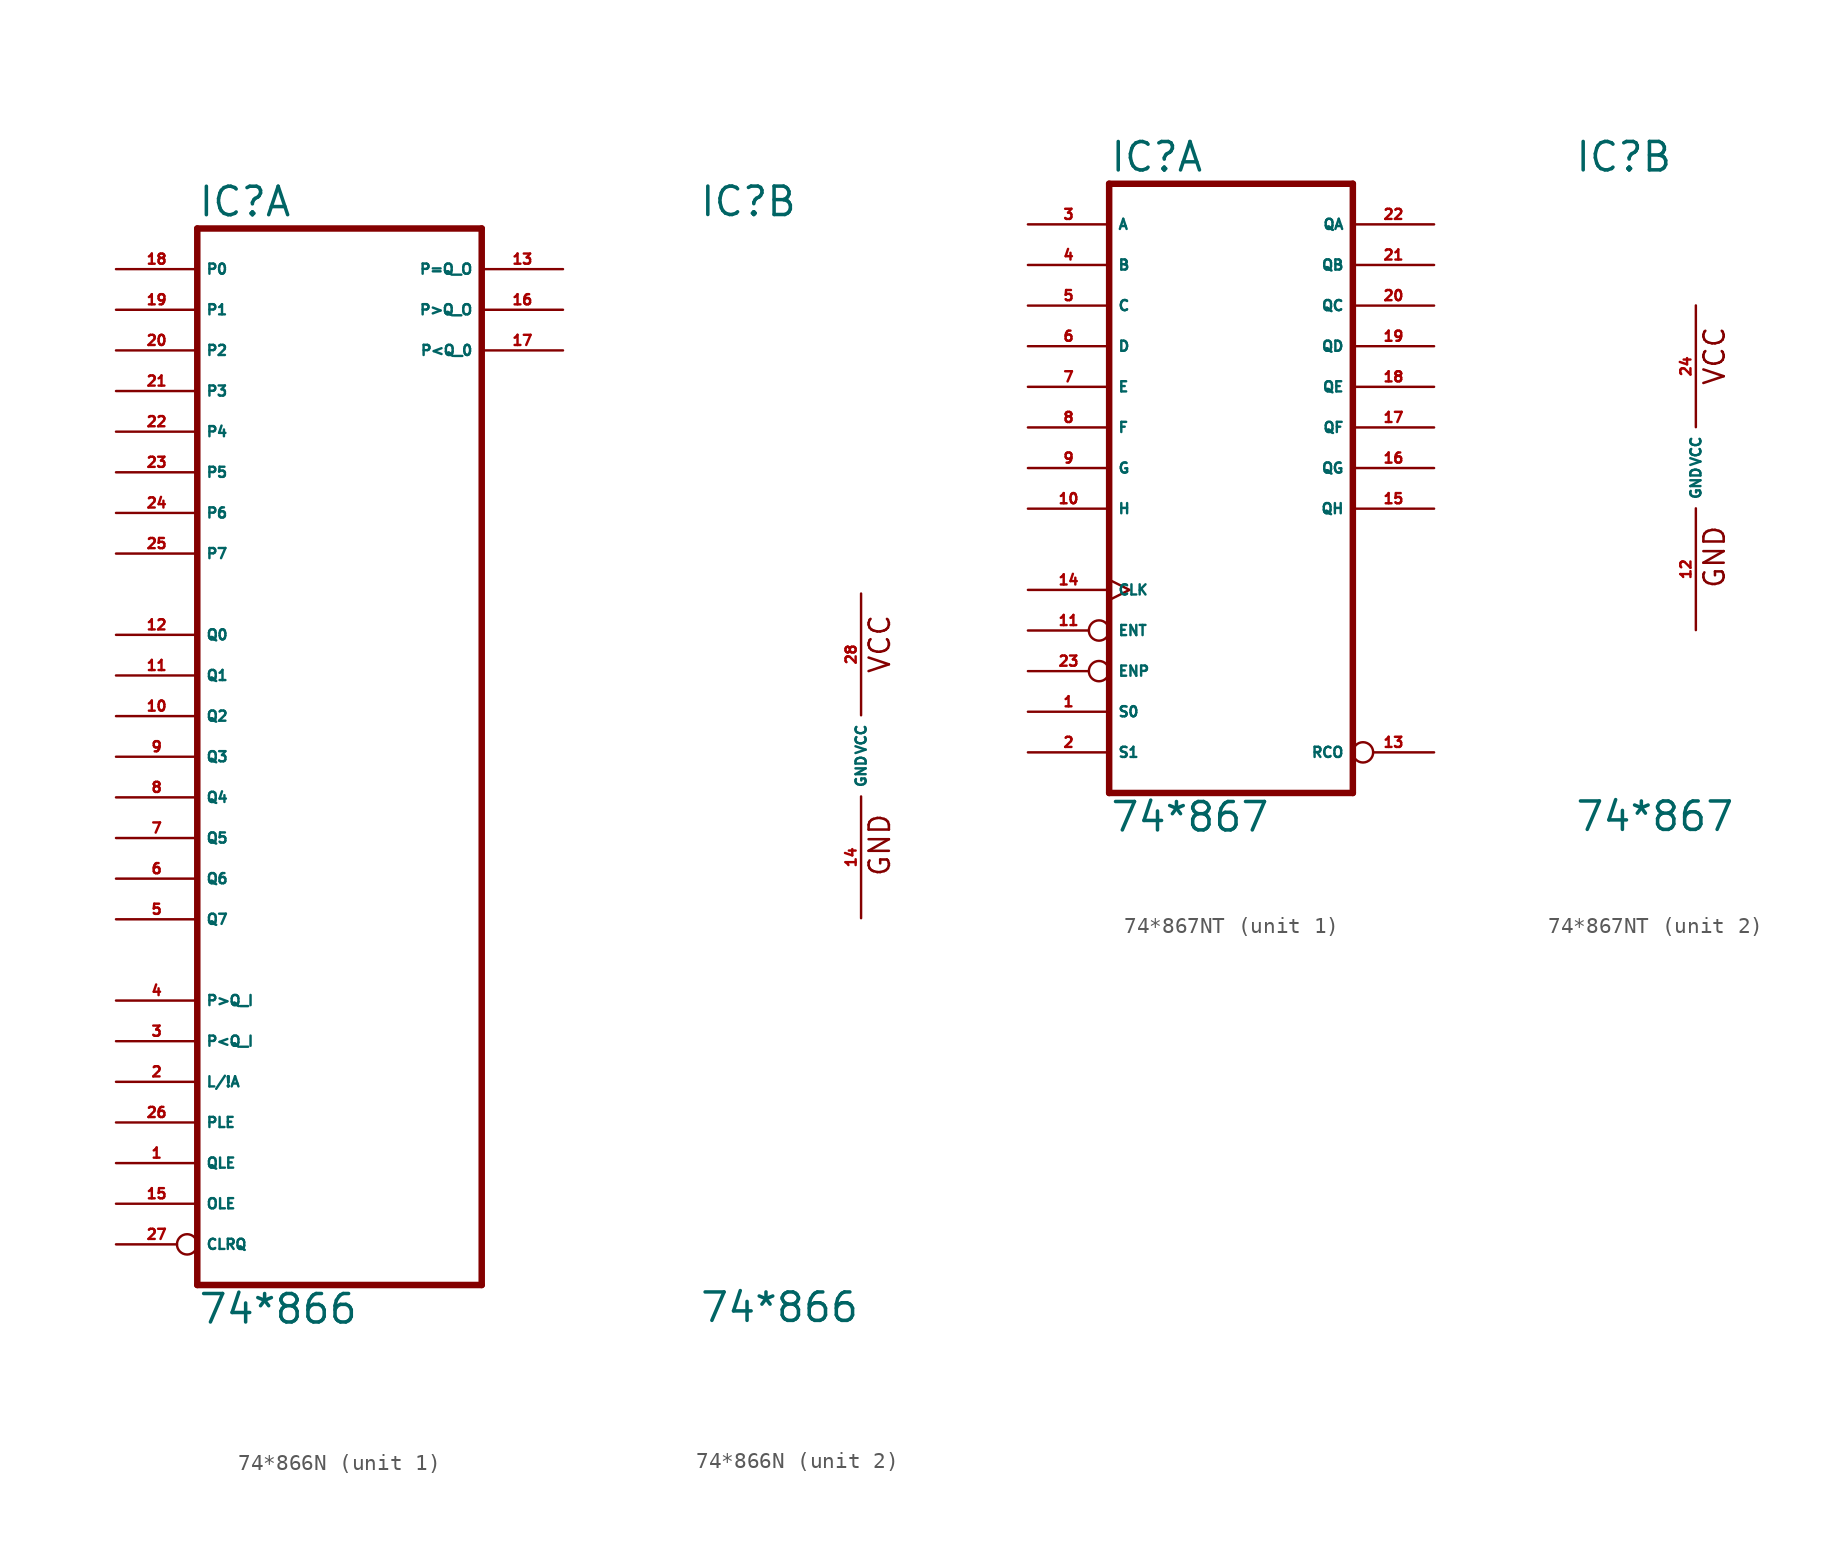
<source format=kicad_sym>
(kicad_symbol_lib
  (version 20220914)
  (generator Eagle2Kicad)
  (symbol "74*866N"
    (property "Reference" "IC"
      (at -10.16 33.655 0)
      (effects (font (size 1.778 1.778) (thickness 0.22)) (justify left bottom)))
    (property "Value" "74*866"
      (at -10.16 -35.56 0)
      (effects (font (size 1.778 1.778) (thickness 0.22)) (justify left bottom)))
    (symbol "74*866N_1_0"
      (polyline (pts (xy -10.16 -33.02) (xy 7.62 -33.02)) (stroke (width 0.406) (type default)) (fill (type none)))
      (polyline (pts (xy 7.62 -33.02) (xy 7.62 33.02)) (stroke (width 0.406) (type default)) (fill (type none)))
      (polyline (pts (xy 7.62 33.02) (xy -10.16 33.02)) (stroke (width 0.406) (type default)) (fill (type none)))
      (polyline (pts (xy -10.16 33.02) (xy -10.16 -33.02)) (stroke (width 0.406) (type default)) (fill (type none)))
      (pin input line (at -15.24 -25.4 0) (length 5.08) (name "QLE" (effects (font (size 0.635 0.635) (thickness 0.08)) (justify left bottom))) (number "1" (effects (font (size 0.635 0.635) (thickness 0.08)) (justify left bottom))))
      (pin input line (at -15.24 -20.32 0) (length 5.08) (name "L/!A" (effects (font (size 0.635 0.635) (thickness 0.08)) (justify left bottom))) (number "2" (effects (font (size 0.635 0.635) (thickness 0.08)) (justify left bottom))))
      (pin input line (at -15.24 -17.78 0) (length 5.08) (name "P<Q_I" (effects (font (size 0.635 0.635) (thickness 0.08)) (justify left bottom))) (number "3" (effects (font (size 0.635 0.635) (thickness 0.08)) (justify left bottom))))
      (pin input line (at -15.24 -15.24 0) (length 5.08) (name "P>Q_I" (effects (font (size 0.635 0.635) (thickness 0.08)) (justify left bottom))) (number "4" (effects (font (size 0.635 0.635) (thickness 0.08)) (justify left bottom))))
      (pin input line (at -15.24 -10.16 0) (length 5.08) (name "Q7" (effects (font (size 0.635 0.635) (thickness 0.08)) (justify left bottom))) (number "5" (effects (font (size 0.635 0.635) (thickness 0.08)) (justify left bottom))))
      (pin input line (at -15.24 -7.62 0) (length 5.08) (name "Q6" (effects (font (size 0.635 0.635) (thickness 0.08)) (justify left bottom))) (number "6" (effects (font (size 0.635 0.635) (thickness 0.08)) (justify left bottom))))
      (pin input line (at -15.24 -5.08 0) (length 5.08) (name "Q5" (effects (font (size 0.635 0.635) (thickness 0.08)) (justify left bottom))) (number "7" (effects (font (size 0.635 0.635) (thickness 0.08)) (justify left bottom))))
      (pin input line (at -15.24 -2.54 0) (length 5.08) (name "Q4" (effects (font (size 0.635 0.635) (thickness 0.08)) (justify left bottom))) (number "8" (effects (font (size 0.635 0.635) (thickness 0.08)) (justify left bottom))))
      (pin input line (at -15.24 0 0) (length 5.08) (name "Q3" (effects (font (size 0.635 0.635) (thickness 0.08)) (justify left bottom))) (number "9" (effects (font (size 0.635 0.635) (thickness 0.08)) (justify left bottom))))
      (pin input line (at -15.24 2.54 0) (length 5.08) (name "Q2" (effects (font (size 0.635 0.635) (thickness 0.08)) (justify left bottom))) (number "10" (effects (font (size 0.635 0.635) (thickness 0.08)) (justify left bottom))))
      (pin input line (at -15.24 5.08 0) (length 5.08) (name "Q1" (effects (font (size 0.635 0.635) (thickness 0.08)) (justify left bottom))) (number "11" (effects (font (size 0.635 0.635) (thickness 0.08)) (justify left bottom))))
      (pin input line (at -15.24 7.62 0) (length 5.08) (name "Q0" (effects (font (size 0.635 0.635) (thickness 0.08)) (justify left bottom))) (number "12" (effects (font (size 0.635 0.635) (thickness 0.08)) (justify left bottom))))
      (pin open_collector line (at 12.7 30.48 180) (length 5.08) (name "P=Q_O" (effects (font (size 0.635 0.635) (thickness 0.08)) (justify left bottom))) (number "13" (effects (font (size 0.635 0.635) (thickness 0.08)) (justify left bottom))))
      (pin input line (at -15.24 -27.94 0) (length 5.08) (name "OLE" (effects (font (size 0.635 0.635) (thickness 0.08)) (justify left bottom))) (number "15" (effects (font (size 0.635 0.635) (thickness 0.08)) (justify left bottom))))
      (pin open_collector line (at 12.7 27.94 180) (length 5.08) (name "P>Q_O" (effects (font (size 0.635 0.635) (thickness 0.08)) (justify left bottom))) (number "16" (effects (font (size 0.635 0.635) (thickness 0.08)) (justify left bottom))))
      (pin open_collector line (at 12.7 25.4 180) (length 5.08) (name "P<Q_0" (effects (font (size 0.635 0.635) (thickness 0.08)) (justify left bottom))) (number "17" (effects (font (size 0.635 0.635) (thickness 0.08)) (justify left bottom))))
      (pin input line (at -15.24 30.48 0) (length 5.08) (name "P0" (effects (font (size 0.635 0.635) (thickness 0.08)) (justify left bottom))) (number "18" (effects (font (size 0.635 0.635) (thickness 0.08)) (justify left bottom))))
      (pin input line (at -15.24 27.94 0) (length 5.08) (name "P1" (effects (font (size 0.635 0.635) (thickness 0.08)) (justify left bottom))) (number "19" (effects (font (size 0.635 0.635) (thickness 0.08)) (justify left bottom))))
      (pin input line (at -15.24 25.4 0) (length 5.08) (name "P2" (effects (font (size 0.635 0.635) (thickness 0.08)) (justify left bottom))) (number "20" (effects (font (size 0.635 0.635) (thickness 0.08)) (justify left bottom))))
      (pin input line (at -15.24 22.86 0) (length 5.08) (name "P3" (effects (font (size 0.635 0.635) (thickness 0.08)) (justify left bottom))) (number "21" (effects (font (size 0.635 0.635) (thickness 0.08)) (justify left bottom))))
      (pin input line (at -15.24 20.32 0) (length 5.08) (name "P4" (effects (font (size 0.635 0.635) (thickness 0.08)) (justify left bottom))) (number "22" (effects (font (size 0.635 0.635) (thickness 0.08)) (justify left bottom))))
      (pin input line (at -15.24 17.78 0) (length 5.08) (name "P5" (effects (font (size 0.635 0.635) (thickness 0.08)) (justify left bottom))) (number "23" (effects (font (size 0.635 0.635) (thickness 0.08)) (justify left bottom))))
      (pin input line (at -15.24 15.24 0) (length 5.08) (name "P6" (effects (font (size 0.635 0.635) (thickness 0.08)) (justify left bottom))) (number "24" (effects (font (size 0.635 0.635) (thickness 0.08)) (justify left bottom))))
      (pin input line (at -15.24 12.7 0) (length 5.08) (name "P7" (effects (font (size 0.635 0.635) (thickness 0.08)) (justify left bottom))) (number "25" (effects (font (size 0.635 0.635) (thickness 0.08)) (justify left bottom))))
      (pin input line (at -15.24 -22.86 0) (length 5.08) (name "PLE" (effects (font (size 0.635 0.635) (thickness 0.08)) (justify left bottom))) (number "26" (effects (font (size 0.635 0.635) (thickness 0.08)) (justify left bottom))))
      (pin input inverted (at -15.24 -30.48 0) (length 5.08) (name "CLRQ" (effects (font (size 0.635 0.635) (thickness 0.08)) (justify left bottom))) (number "27" (effects (font (size 0.635 0.635) (thickness 0.08)) (justify left bottom)))))
    (symbol "74*866N_2_0"
      (text "GND" (at 1.905 -7.62 900) (effects (font (size 1.27 1.27) (thickness 0.16)) (justify left bottom)))
      (text "VCC" (at 1.905 5.08 900) (effects (font (size 1.27 1.27) (thickness 0.16)) (justify left bottom)))
      (pin unspecified line (at 0 -10.16 90) (length 7.62) (name "GND" (effects (font (size 0.635 0.635) (thickness 0.08)) (justify left bottom))) (number "14" (effects (font (size 0.635 0.635) (thickness 0.08)) (justify left bottom))))
      (pin unspecified line (at 0 10.16 270) (length 7.62) (name "VCC" (effects (font (size 0.635 0.635) (thickness 0.08)) (justify left bottom))) (number "28" (effects (font (size 0.635 0.635) (thickness 0.08)) (justify left bottom))))))
  (symbol "74*867NT"
    (property "Reference" "IC"
      (at -7.62 18.415 0)
      (effects (font (size 1.778 1.778) (thickness 0.22)) (justify left bottom)))
    (property "Value" "74*867"
      (at -7.62 -22.86 0)
      (effects (font (size 1.778 1.778) (thickness 0.22)) (justify left bottom)))
    (symbol "74*867NT_1_0"
      (polyline (pts (xy -7.62 -20.32) (xy 7.62 -20.32)) (stroke (width 0.406) (type default)) (fill (type none)))
      (polyline (pts (xy 7.62 -20.32) (xy 7.62 17.78)) (stroke (width 0.406) (type default)) (fill (type none)))
      (polyline (pts (xy 7.62 17.78) (xy -7.62 17.78)) (stroke (width 0.406) (type default)) (fill (type none)))
      (polyline (pts (xy -7.62 17.78) (xy -7.62 -20.32)) (stroke (width 0.406) (type default)) (fill (type none)))
      (pin input line (at -12.7 -15.24 0) (length 5.08) (name "S0" (effects (font (size 0.635 0.635) (thickness 0.08)) (justify left bottom))) (number "1" (effects (font (size 0.635 0.635) (thickness 0.08)) (justify left bottom))))
      (pin input line (at -12.7 -17.78 0) (length 5.08) (name "S1" (effects (font (size 0.635 0.635) (thickness 0.08)) (justify left bottom))) (number "2" (effects (font (size 0.635 0.635) (thickness 0.08)) (justify left bottom))))
      (pin input line (at -12.7 15.24 0) (length 5.08) (name "A" (effects (font (size 0.635 0.635) (thickness 0.08)) (justify left bottom))) (number "3" (effects (font (size 0.635 0.635) (thickness 0.08)) (justify left bottom))))
      (pin input line (at -12.7 12.7 0) (length 5.08) (name "B" (effects (font (size 0.635 0.635) (thickness 0.08)) (justify left bottom))) (number "4" (effects (font (size 0.635 0.635) (thickness 0.08)) (justify left bottom))))
      (pin input line (at -12.7 10.16 0) (length 5.08) (name "C" (effects (font (size 0.635 0.635) (thickness 0.08)) (justify left bottom))) (number "5" (effects (font (size 0.635 0.635) (thickness 0.08)) (justify left bottom))))
      (pin input line (at -12.7 7.62 0) (length 5.08) (name "D" (effects (font (size 0.635 0.635) (thickness 0.08)) (justify left bottom))) (number "6" (effects (font (size 0.635 0.635) (thickness 0.08)) (justify left bottom))))
      (pin input line (at -12.7 5.08 0) (length 5.08) (name "E" (effects (font (size 0.635 0.635) (thickness 0.08)) (justify left bottom))) (number "7" (effects (font (size 0.635 0.635) (thickness 0.08)) (justify left bottom))))
      (pin input line (at -12.7 2.54 0) (length 5.08) (name "F" (effects (font (size 0.635 0.635) (thickness 0.08)) (justify left bottom))) (number "8" (effects (font (size 0.635 0.635) (thickness 0.08)) (justify left bottom))))
      (pin input line (at -12.7 0 0) (length 5.08) (name "G" (effects (font (size 0.635 0.635) (thickness 0.08)) (justify left bottom))) (number "9" (effects (font (size 0.635 0.635) (thickness 0.08)) (justify left bottom))))
      (pin input line (at -12.7 -2.54 0) (length 5.08) (name "H" (effects (font (size 0.635 0.635) (thickness 0.08)) (justify left bottom))) (number "10" (effects (font (size 0.635 0.635) (thickness 0.08)) (justify left bottom))))
      (pin input inverted (at -12.7 -10.16 0) (length 5.08) (name "ENT" (effects (font (size 0.635 0.635) (thickness 0.08)) (justify left bottom))) (number "11" (effects (font (size 0.635 0.635) (thickness 0.08)) (justify left bottom))))
      (pin output inverted (at 12.7 -17.78 180) (length 5.08) (name "RCO" (effects (font (size 0.635 0.635) (thickness 0.08)) (justify left bottom))) (number "13" (effects (font (size 0.635 0.635) (thickness 0.08)) (justify left bottom))))
      (pin input clock (at -12.7 -7.62 0) (length 5.08) (name "CLK" (effects (font (size 0.635 0.635) (thickness 0.08)) (justify left bottom))) (number "14" (effects (font (size 0.635 0.635) (thickness 0.08)) (justify left bottom))))
      (pin output line (at 12.7 -2.54 180) (length 5.08) (name "QH" (effects (font (size 0.635 0.635) (thickness 0.08)) (justify left bottom))) (number "15" (effects (font (size 0.635 0.635) (thickness 0.08)) (justify left bottom))))
      (pin output line (at 12.7 0 180) (length 5.08) (name "QG" (effects (font (size 0.635 0.635) (thickness 0.08)) (justify left bottom))) (number "16" (effects (font (size 0.635 0.635) (thickness 0.08)) (justify left bottom))))
      (pin output line (at 12.7 2.54 180) (length 5.08) (name "QF" (effects (font (size 0.635 0.635) (thickness 0.08)) (justify left bottom))) (number "17" (effects (font (size 0.635 0.635) (thickness 0.08)) (justify left bottom))))
      (pin output line (at 12.7 5.08 180) (length 5.08) (name "QE" (effects (font (size 0.635 0.635) (thickness 0.08)) (justify left bottom))) (number "18" (effects (font (size 0.635 0.635) (thickness 0.08)) (justify left bottom))))
      (pin output line (at 12.7 7.62 180) (length 5.08) (name "QD" (effects (font (size 0.635 0.635) (thickness 0.08)) (justify left bottom))) (number "19" (effects (font (size 0.635 0.635) (thickness 0.08)) (justify left bottom))))
      (pin output line (at 12.7 10.16 180) (length 5.08) (name "QC" (effects (font (size 0.635 0.635) (thickness 0.08)) (justify left bottom))) (number "20" (effects (font (size 0.635 0.635) (thickness 0.08)) (justify left bottom))))
      (pin output line (at 12.7 12.7 180) (length 5.08) (name "QB" (effects (font (size 0.635 0.635) (thickness 0.08)) (justify left bottom))) (number "21" (effects (font (size 0.635 0.635) (thickness 0.08)) (justify left bottom))))
      (pin output line (at 12.7 15.24 180) (length 5.08) (name "QA" (effects (font (size 0.635 0.635) (thickness 0.08)) (justify left bottom))) (number "22" (effects (font (size 0.635 0.635) (thickness 0.08)) (justify left bottom))))
      (pin input inverted (at -12.7 -12.7 0) (length 5.08) (name "ENP" (effects (font (size 0.635 0.635) (thickness 0.08)) (justify left bottom))) (number "23" (effects (font (size 0.635 0.635) (thickness 0.08)) (justify left bottom)))))
    (symbol "74*867NT_2_0"
      (text "GND" (at 1.905 -7.62 900) (effects (font (size 1.27 1.27) (thickness 0.16)) (justify left bottom)))
      (text "VCC" (at 1.905 5.08 900) (effects (font (size 1.27 1.27) (thickness 0.16)) (justify left bottom)))
      (pin unspecified line (at 0 -10.16 90) (length 7.62) (name "GND" (effects (font (size 0.635 0.635) (thickness 0.08)) (justify left bottom))) (number "12" (effects (font (size 0.635 0.635) (thickness 0.08)) (justify left bottom))))
      (pin unspecified line (at 0 10.16 270) (length 7.62) (name "VCC" (effects (font (size 0.635 0.635) (thickness 0.08)) (justify left bottom))) (number "24" (effects (font (size 0.635 0.635) (thickness 0.08)) (justify left bottom)))))))
</source>
